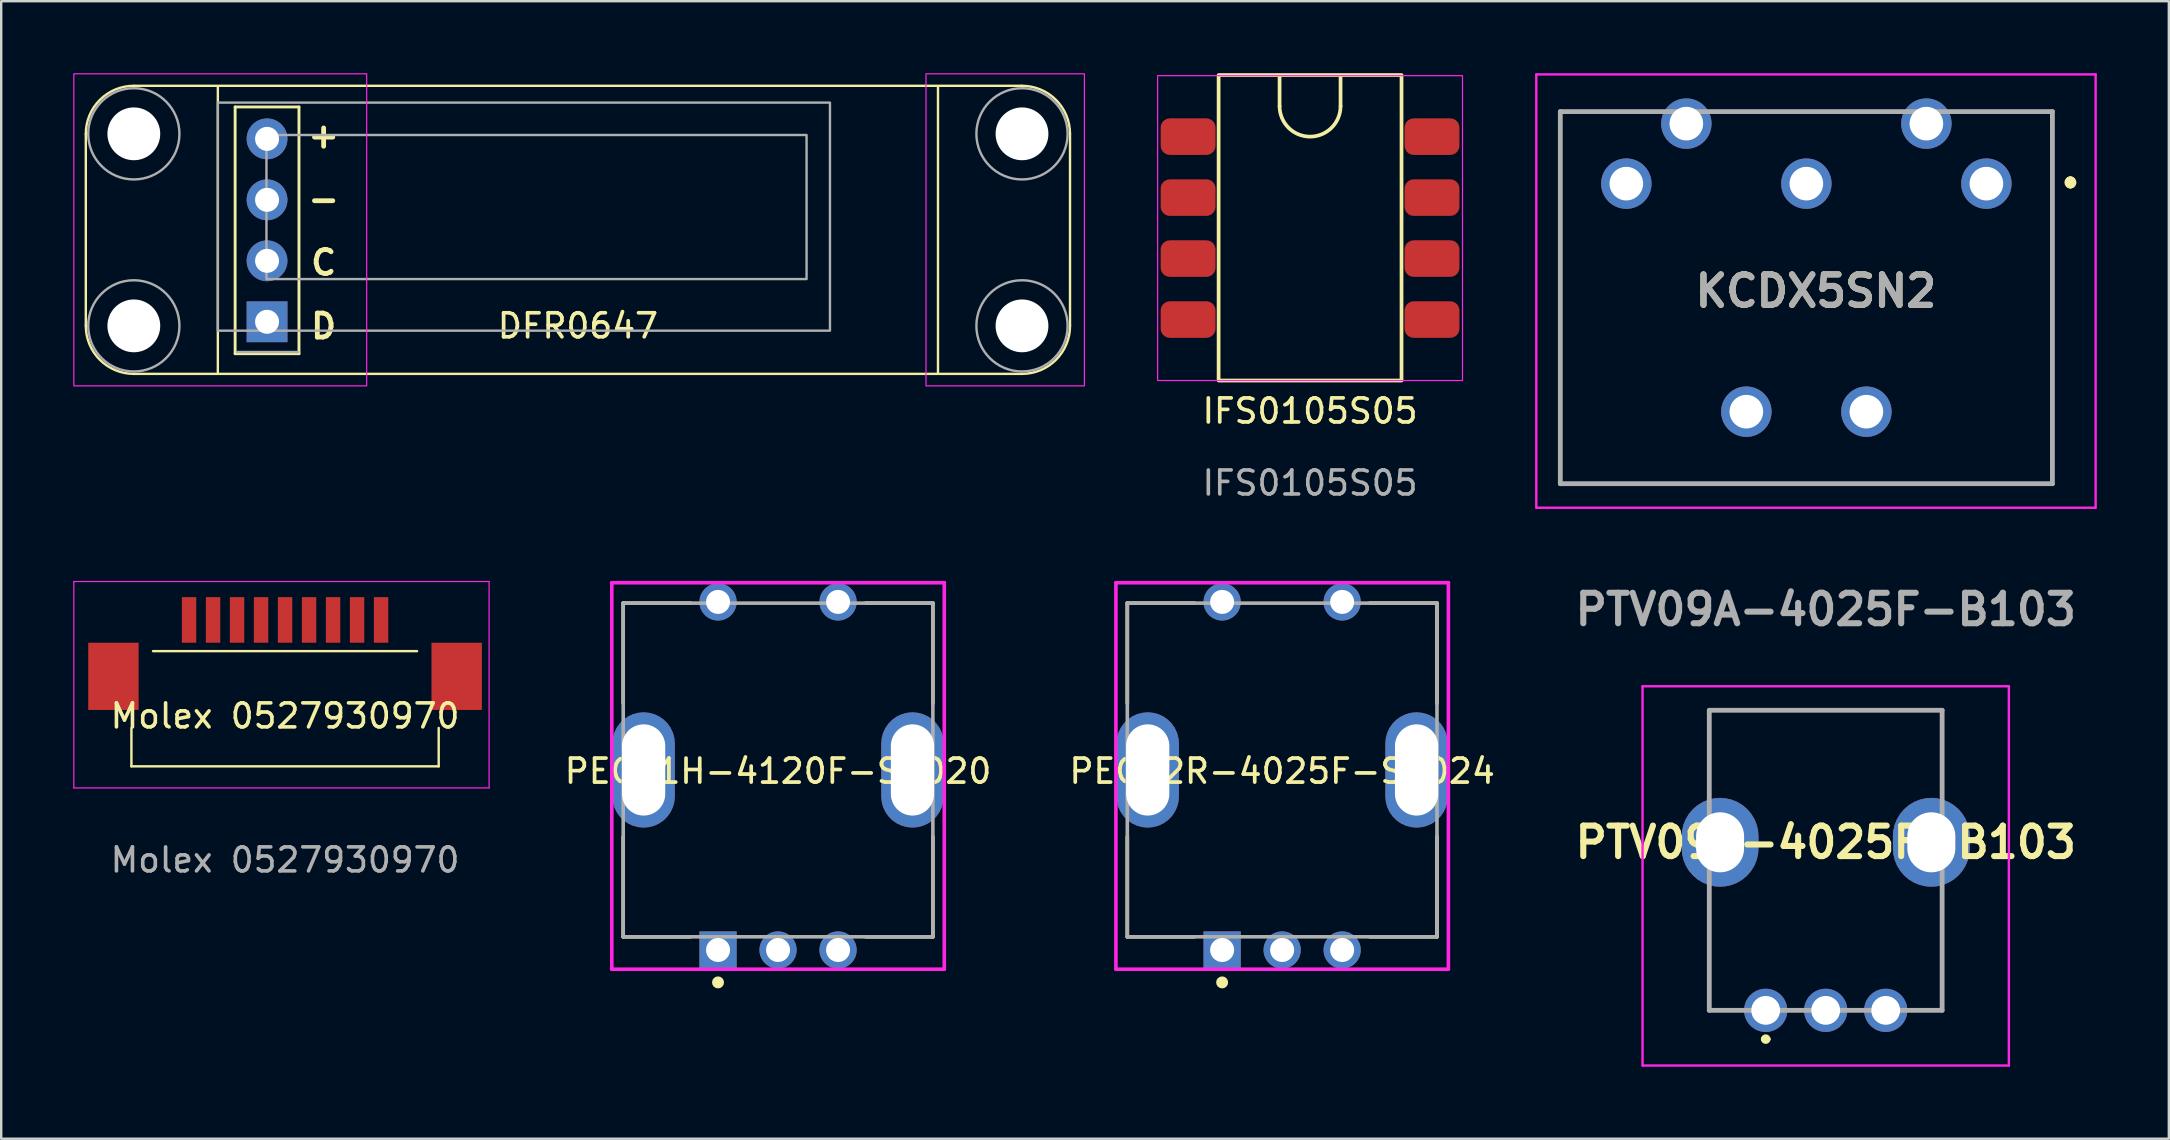
<source format=kicad_pcb>
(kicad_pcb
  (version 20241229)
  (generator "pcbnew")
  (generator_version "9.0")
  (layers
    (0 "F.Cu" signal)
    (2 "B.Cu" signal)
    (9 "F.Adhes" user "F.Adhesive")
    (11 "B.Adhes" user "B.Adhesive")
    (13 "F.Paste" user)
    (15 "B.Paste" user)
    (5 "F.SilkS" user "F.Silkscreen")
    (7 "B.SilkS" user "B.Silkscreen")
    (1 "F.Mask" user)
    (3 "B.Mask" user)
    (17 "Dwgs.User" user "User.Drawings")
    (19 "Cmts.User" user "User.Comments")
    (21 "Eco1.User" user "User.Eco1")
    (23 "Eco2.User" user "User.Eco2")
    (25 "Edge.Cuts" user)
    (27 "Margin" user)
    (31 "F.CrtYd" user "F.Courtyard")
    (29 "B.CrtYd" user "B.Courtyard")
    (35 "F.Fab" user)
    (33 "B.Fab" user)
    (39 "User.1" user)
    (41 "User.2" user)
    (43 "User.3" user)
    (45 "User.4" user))
  (footprint "DFR0647"
    (layer "F.Cu")
    (at 21.025 6.525)
    (property "Reference" "DFR0647" (at 0 4 0) (unlocked yes) (layer "F.SilkS") (effects (font (size 1 1) (thickness 0.154))))
    (attr through_hole)
    (fp_line (start -20.5 -4) (end -20.5 4) (stroke (width 0.1) (type solid)) (layer "F.SilkS"))
    (fp_line (start -18.5 6) (end 18.5 6) (stroke (width 0.1) (type solid)) (layer "F.SilkS"))
    (fp_line (start -15 5.95) (end -15 -5.95) (stroke (width 0.1) (type solid)) (layer "F.SilkS"))
    (fp_line (start -14.28 -5.12) (end -11.62 -5.12) (stroke (width 0.12) (type solid)) (layer "F.SilkS"))
    (fp_line (start -14.28 5.16) (end -14.28 -5.12) (stroke (width 0.12) (type solid)) (layer "F.SilkS"))
    (fp_line (start -14.28 5.16) (end -11.62 5.16) (stroke (width 0.12) (type solid)) (layer "F.SilkS"))
    (fp_line (start -11.62 5.16) (end -11.62 -5.12) (stroke (width 0.12) (type solid)) (layer "F.SilkS"))
    (fp_line (start 15 5.95) (end 15 -5.95) (stroke (width 0.1) (type solid)) (layer "F.SilkS"))
    (fp_line (start 18.5 -6) (end -18.5 -6) (stroke (width 0.1) (type solid)) (layer "F.SilkS"))
    (fp_line (start 20.5 4) (end 20.5 -4) (stroke (width 0.1) (type solid)) (layer "F.SilkS"))
    (fp_arc (start -20.5 -4.000001) (mid -19.914214 -5.414215) (end -18.5 -6.000001) (stroke (width 0.1) (type solid)) (layer "F.SilkS"))
    (fp_arc (start -18.5 5.999999) (mid -19.914214 5.414213) (end -20.5 3.999999) (stroke (width 0.1) (type solid)) (layer "F.SilkS"))
    (fp_arc (start 18.5 -6.000001) (mid 19.914214 -5.414215) (end 20.5 -4.000001) (stroke (width 0.1) (type solid)) (layer "F.SilkS"))
    (fp_arc (start 20.5 3.999999) (mid 19.914214 5.414213) (end 18.5 5.999999) (stroke (width 0.1) (type solid)) (layer "F.SilkS"))
    (fp_rect (start -21 -6.5) (end -8.8 6.5) (stroke (width 0.05) (type default)) (fill no) (layer "F.CrtYd"))
    (fp_rect (start 14.5 -6.5) (end 21.1 6.5) (stroke (width 0.05) (type default)) (fill no) (layer "F.CrtYd"))
    (fp_line (start -11.66 5.09) (end -14.2 5.09) (stroke (width 0.1) (type solid)) (layer "F.Fab"))
    (fp_rect (start -15 -5.3) (end 10.5 4.2) (stroke (width 0.1) (type default)) (fill no) (layer "F.Fab"))
    (fp_rect (start 9.525 2.05) (end -12.975 -3.95) (stroke (width 0.1) (type default)) (fill no) (layer "F.Fab"))
    (fp_circle (center -18.5 -4) (end -16.6 -4) (stroke (width 0.1) (type solid)) (fill no) (layer "F.Fab"))
    (fp_circle (center -18.5 4) (end -16.6 4) (stroke (width 0.1) (type solid)) (fill no) (layer "F.Fab"))
    (fp_circle (center 18.5 -4) (end 20.4 -4) (stroke (width 0.1) (type solid)) (fill no) (layer "F.Fab"))
    (fp_circle (center 18.5 4) (end 20.4 4) (stroke (width 0.1) (type solid)) (fill no) (layer "F.Fab"))
    (fp_text user "-" (at -11.344 -0.7 0) (unlocked yes) (layer "F.SilkS") (effects (font (size 1 1) (thickness 0.2) (bold yes)) (justify left bottom)))
    (fp_text user "C" (at -11.225 1.95 0) (unlocked yes) (layer "F.SilkS") (effects (font (size 1 1) (thickness 0.2) (bold yes)) (justify left bottom)))
    (fp_text user "+" (at -11.344 -3.35 0) (unlocked yes) (layer "F.SilkS") (effects (font (size 1 1) (thickness 0.2) (bold yes)) (justify left bottom)))
    (fp_text user "D" (at -11.225 4.6 0) (unlocked yes) (layer "F.SilkS") (effects (font (size 1 1) (thickness 0.2) (bold yes)) (justify left bottom)))
    (pad "" np_thru_hole circle (at -18.5 -4) (size 2.2 2.2) (drill 2.2) (layers "*.Cu" "*.Mask"))
    (pad "" np_thru_hole circle (at -18.5 4) (size 2.2 2.2) (drill 2.2) (layers "*.Cu" "*.Mask"))
    (pad "" np_thru_hole circle (at 18.5 -4) (size 2.2 2.2) (drill 2.2) (layers "*.Cu" "*.Mask"))
    (pad "" np_thru_hole circle (at 18.5 4) (size 2.2 2.2) (drill 2.2) (layers "*.Cu" "*.Mask"))
    (pad "1" thru_hole rect (at -12.95 3.83) (size 1.7 1.7) (drill 1) (layers "*.Cu" "*.Mask"))
    (pad "2" thru_hole oval (at -12.95 1.29) (size 1.7 1.7) (drill 1) (layers "*.Cu" "*.Mask"))
    (pad "3" thru_hole oval (at -12.95 -1.25) (size 1.7 1.7) (drill 1) (layers "*.Cu" "*.Mask"))
    (pad "4" thru_hole oval (at -12.95 -3.79) (size 1.7 1.7) (drill 1) (layers "*.Cu" "*.Mask")))
  (footprint "KCDX5SN2"
    (layer "F.Cu")
    (at 72.6 17.1)
    (property "Reference" "KCDX5SN2" (at 0 -8.025 0) (layer "F.SilkS") (effects (font (size 1.27 1.27) (thickness 0.254))))
    (attr through_hole)
    (fp_line (start -10.65 -15.5) (end -10.65 0) (stroke (width 0.1) (type solid)) (layer "F.SilkS"))
    (fp_line (start -10.65 0) (end 9.85 0) (stroke (width 0.1) (type solid)) (layer "F.SilkS"))
    (fp_line (start -6.9 -15.5) (end -10.65 -15.5) (stroke (width 0.1) (type solid)) (layer "F.SilkS"))
    (fp_line (start -3.9 -15.5) (end 3.1 -15.5) (stroke (width 0.1) (type solid)) (layer "F.SilkS"))
    (fp_line (start 9.85 -15.5) (end 6.1 -15.5) (stroke (width 0.1) (type solid)) (layer "F.SilkS"))
    (fp_line (start 9.85 0) (end 9.85 -15.5) (stroke (width 0.1) (type solid)) (layer "F.SilkS"))
    (fp_line (start 10.6 -12.6) (end 10.6 -12.6) (stroke (width 0.4) (type solid)) (layer "F.SilkS"))
    (fp_line (start 10.6 -12.5) (end 10.6 -12.5) (stroke (width 0.4) (type solid)) (layer "F.SilkS"))
    (fp_arc (start 10.6 -12.6) (mid 10.65 -12.55) (end 10.6 -12.5) (stroke (width 0.4) (type solid)) (layer "F.SilkS"))
    (fp_arc (start 10.6 -12.5) (mid 10.55 -12.55) (end 10.6 -12.6) (stroke (width 0.4) (type solid)) (layer "F.SilkS"))
    (fp_line (start -11.65 -17.05) (end -11.65 1) (stroke (width 0.1) (type solid)) (layer "F.CrtYd"))
    (fp_line (start -11.65 1) (end 11.65 1) (stroke (width 0.1) (type solid)) (layer "F.CrtYd"))
    (fp_line (start 11.65 -17.05) (end -11.65 -17.05) (stroke (width 0.1) (type solid)) (layer "F.CrtYd"))
    (fp_line (start 11.65 1) (end 11.65 -17.05) (stroke (width 0.1) (type solid)) (layer "F.CrtYd"))
    (fp_line (start -10.65 -15.5) (end -10.65 0) (stroke (width 0.2) (type solid)) (layer "F.Fab"))
    (fp_line (start -10.65 0) (end 9.85 0) (stroke (width 0.2) (type solid)) (layer "F.Fab"))
    (fp_line (start 9.85 -15.5) (end -10.65 -15.5) (stroke (width 0.2) (type solid)) (layer "F.Fab"))
    (fp_line (start 9.85 0) (end 9.85 -15.5) (stroke (width 0.2) (type solid)) (layer "F.Fab"))
    (fp_text user "${REFERENCE}" (at 0 -8.025 0) (layer "F.Fab") (effects (font (size 1.27 1.27) (thickness 0.254))))
    (pad "1" thru_hole circle (at 7.1 -12.5) (size 2.1 2.1) (drill 1.4) (layers "*.Cu" "*.Mask"))
    (pad "2" thru_hole circle (at -0.4 -12.5) (size 2.1 2.1) (drill 1.4) (layers "*.Cu" "*.Mask"))
    (pad "3" thru_hole circle (at -7.9 -12.5) (size 2.1 2.1) (drill 1.4) (layers "*.Cu" "*.Mask"))
    (pad "4" thru_hole circle (at 4.6 -15) (size 2.1 2.1) (drill 1.4) (layers "*.Cu" "*.Mask"))
    (pad "5" thru_hole circle (at -5.4 -15) (size 2.1 2.1) (drill 1.4) (layers "*.Cu" "*.Mask"))
    (pad "MH1" thru_hole circle (at -2.9 -3) (size 2.1 2.1) (drill 1.4) (layers "*.Cu" "*.Mask"))
    (pad "MH2" thru_hole circle (at 2.1 -3) (size 2.1 2.1) (drill 1.4) (layers "*.Cu" "*.Mask")))
  (footprint "PTV09A-4025F-B103"
    (layer "F.Cu")
    (at 73.006 32.039)
    (property "Reference" "PTV09A-4025F-B103" (at 0 0 0) (layer "F.SilkS") (effects (font (size 1.27 1.27) (thickness 0.254))))
    (attr through_hole)
    (fp_line (start -4.85 -5.5) (end 4.85 -5.5) (stroke (width 0.1) (type solid)) (layer "F.SilkS"))
    (fp_line (start -4.85 -2.5) (end -4.85 -5.5) (stroke (width 0.1) (type solid)) (layer "F.SilkS"))
    (fp_line (start -4.85 2.5) (end -4.85 7) (stroke (width 0.1) (type solid)) (layer "F.SilkS"))
    (fp_line (start -4.85 7) (end -4 7) (stroke (width 0.1) (type solid)) (layer "F.SilkS"))
    (fp_line (start -2.6 8.2) (end -2.6 8.2) (stroke (width 0.2) (type solid)) (layer "F.SilkS"))
    (fp_line (start -2.4 8.2) (end -2.4 8.2) (stroke (width 0.2) (type solid)) (layer "F.SilkS"))
    (fp_line (start 4 7) (end 4.85 7) (stroke (width 0.1) (type solid)) (layer "F.SilkS"))
    (fp_line (start 4.85 -5.5) (end 4.85 -2.5) (stroke (width 0.1) (type solid)) (layer "F.SilkS"))
    (fp_line (start 4.85 7) (end 4.85 2.5) (stroke (width 0.1) (type solid)) (layer "F.SilkS"))
    (fp_arc (start -2.6 8.2) (mid -2.5 8.1) (end -2.4 8.2) (stroke (width 0.2) (type solid)) (layer "F.SilkS"))
    (fp_arc (start -2.4 8.2) (mid -2.5 8.3) (end -2.6 8.2) (stroke (width 0.2) (type solid)) (layer "F.SilkS"))
    (fp_line (start -7.63 -6.5) (end 7.63 -6.5) (stroke (width 0.1) (type solid)) (layer "F.CrtYd"))
    (fp_line (start -7.63 9.3) (end -7.63 -6.5) (stroke (width 0.1) (type solid)) (layer "F.CrtYd"))
    (fp_line (start 7.63 -6.5) (end 7.63 9.3) (stroke (width 0.1) (type solid)) (layer "F.CrtYd"))
    (fp_line (start 7.63 9.3) (end -7.63 9.3) (stroke (width 0.1) (type solid)) (layer "F.CrtYd"))
    (fp_line (start -4.85 -5.5) (end 4.85 -5.5) (stroke (width 0.2) (type solid)) (layer "F.Fab"))
    (fp_line (start -4.85 7) (end -4.85 -5.5) (stroke (width 0.2) (type solid)) (layer "F.Fab"))
    (fp_line (start 4.85 -5.5) (end 4.85 7) (stroke (width 0.2) (type solid)) (layer "F.Fab"))
    (fp_line (start 4.85 7) (end -4.85 7) (stroke (width 0.2) (type solid)) (layer "F.Fab"))
    (fp_text user "${REFERENCE}" (at 0 -9.7 0) (layer "F.Fab") (effects (font (size 1.27 1.27) (thickness 0.254))))
    (pad "" thru_hole roundrect (at -4.4 0) (size 3.2 3.7) (drill oval 2 2.5) (layers "*.Cu" "*.Mask") (roundrect_rratio 0.5))
    (pad "" thru_hole roundrect (at 4.4 0) (size 3.2 3.7) (drill oval 2 2.5) (layers "*.Cu" "*.Mask") (roundrect_rratio 0.5))
    (pad "1" thru_hole circle (at -2.5 7) (size 1.8 1.8) (drill 1.2) (layers "*.Cu" "*.Mask"))
    (pad "2" thru_hole circle (at 0 7) (size 1.8 1.8) (drill 1.2) (layers "*.Cu" "*.Mask"))
    (pad "3" thru_hole circle (at 2.5 7) (size 1.8 1.8) (drill 1.2) (layers "*.Cu" "*.Mask")))
  (footprint "IFS0105S05"
    (layer "F.Cu")
    (at 51.525 12.802)
    (property "Reference" "IFS0105S05" (at 0 1.27 0) (unlocked yes) (layer "F.SilkS") (effects (font (size 1 1) (thickness 0.154))))
    (attr smd)
    (fp_line (start -1.27 -12.7) (end -1.27 -11.43) (stroke (width 0.154) (type default)) (layer "F.SilkS"))
    (fp_line (start 1.27 -11.43) (end 1.27 -12.7) (stroke (width 0.154) (type default)) (layer "F.SilkS"))
    (fp_rect (start -3.81 -12.725) (end 3.81 0) (stroke (width 0.154) (type default)) (fill no) (layer "F.SilkS"))
    (fp_arc (start 1.27 -11.43) (mid 0 -10.16) (end -1.27 -11.43) (stroke (width 0.154) (type default)) (layer "F.SilkS"))
    (fp_rect (start -6.35 -12.7) (end 6.35 0) (stroke (width 0.05) (type default)) (fill no) (layer "F.CrtYd"))
    (fp_text user "${REFERENCE}" (at 0 4.27 0) (unlocked yes) (layer "F.Fab") (effects (font (size 1 1) (thickness 0.15))))
    (pad "1" smd roundrect (at -5.08 -10.16) (size 2.286 1.524) (layers "F.Cu" "F.Mask" "F.Paste") (roundrect_rratio 0.25))
    (pad "2" smd roundrect (at -5.08 -7.62) (size 2.286 1.524) (layers "F.Cu" "F.Mask" "F.Paste") (roundrect_rratio 0.25))
    (pad "3" smd roundrect (at -5.08 -5.08) (size 2.286 1.524) (layers "F.Cu" "F.Mask" "F.Paste") (roundrect_rratio 0.25))
    (pad "4" smd roundrect (at -5.08 -2.54) (size 2.286 1.524) (layers "F.Cu" "F.Mask" "F.Paste") (roundrect_rratio 0.25))
    (pad "5" smd roundrect (at 5.08 -2.54) (size 2.286 1.524) (layers "F.Cu" "F.Mask" "F.Paste") (roundrect_rratio 0.25))
    (pad "6" smd roundrect (at 5.08 -5.08) (size 2.286 1.524) (layers "F.Cu" "F.Mask" "F.Paste") (roundrect_rratio 0.25))
    (pad "7" smd roundrect (at 5.08 -7.62) (size 2.286 1.524) (layers "F.Cu" "F.Mask" "F.Paste") (roundrect_rratio 0.25))
    (pad "8" smd roundrect (at 5.08 -10.16) (size 2.286 1.524) (layers "F.Cu" "F.Mask" "F.Paste") (roundrect_rratio 0.25)))
  (footprint "PEC11H-4120F-S0020"
    (layer "F.Cu")
    (at 29.362 29.025)
    (property "Reference" "PEC11H-4120F-S0020" (at 0 0.05 0) (layer "F.SilkS") (effects (font (size 1 1) (thickness 0.154))))
    (attr through_hole)
    (fp_line (start -6.45 -6.95) (end -3.65 -6.95) (stroke (width 0.15) (type solid)) (layer "F.SilkS"))
    (fp_line (start -6.45 -2.775) (end -6.45 -6.95) (stroke (width 0.15) (type solid)) (layer "F.SilkS"))
    (fp_line (start -6.45 6.95) (end -6.45 2.775) (stroke (width 0.15) (type solid)) (layer "F.SilkS"))
    (fp_line (start -6.45 6.95) (end -3.65 6.95) (stroke (width 0.15) (type solid)) (layer "F.SilkS"))
    (fp_line (start 3.65 -6.95) (end 6.45 -6.95) (stroke (width 0.15) (type solid)) (layer "F.SilkS"))
    (fp_line (start 3.65 6.95) (end 6.45 6.95) (stroke (width 0.15) (type solid)) (layer "F.SilkS"))
    (fp_line (start 6.45 -2.775) (end 6.45 -6.95) (stroke (width 0.15) (type solid)) (layer "F.SilkS"))
    (fp_line (start 6.45 6.95) (end 6.45 2.775) (stroke (width 0.15) (type solid)) (layer "F.SilkS"))
    (fp_circle (center -2.5 8.85) (end -2.375 8.85) (stroke (width 0.25) (type solid)) (fill no) (layer "F.SilkS"))
    (fp_line (start -6.925 -7.8) (end -6.925 8.3) (stroke (width 0.15) (type solid)) (layer "F.CrtYd"))
    (fp_line (start -6.925 8.3) (end 6.925 8.3) (stroke (width 0.15) (type solid)) (layer "F.CrtYd"))
    (fp_line (start 6.925 -7.8) (end -6.925 -7.8) (stroke (width 0.15) (type solid)) (layer "F.CrtYd"))
    (fp_line (start 6.925 -7.8) (end 6.925 -7.8) (stroke (width 0.15) (type solid)) (layer "F.CrtYd"))
    (fp_line (start 6.925 8.3) (end 6.925 -7.8) (stroke (width 0.15) (type solid)) (layer "F.CrtYd"))
    (fp_line (start -6.45 -6.95) (end 6.45 -6.95) (stroke (width 0.15) (type solid)) (layer "F.Fab"))
    (fp_line (start -6.45 6.95) (end -6.45 -6.95) (stroke (width 0.15) (type solid)) (layer "F.Fab"))
    (fp_line (start 6.45 -6.95) (end 6.45 6.95) (stroke (width 0.15) (type solid)) (layer "F.Fab"))
    (fp_line (start 6.45 6.95) (end -6.45 6.95) (stroke (width 0.15) (type solid)) (layer "F.Fab"))
    (pad "" thru_hole roundrect (at -5.6 0) (size 2.6 4.8) (drill oval 1.8 3.8) (layers "*.Cu" "*.Mask") (roundrect_rratio 0.5))
    (pad "" thru_hole roundrect (at 5.6 0) (size 2.6 4.8) (drill oval 1.8 3.8) (layers "*.Cu" "*.Mask") (roundrect_rratio 0.5))
    (pad "A" thru_hole rect (at -2.5 7.5) (size 1.55 1.55) (drill 1) (layers "*.Cu" "*.Mask"))
    (pad "B" thru_hole circle (at 2.5 7.5) (size 1.55 1.55) (drill 1) (layers "*.Cu" "*.Mask"))
    (pad "C" thru_hole circle (at 0 7.5) (size 1.55 1.55) (drill 1) (layers "*.Cu" "*.Mask"))
    (pad "S1" thru_hole circle (at -2.5 -7) (size 1.55 1.55) (drill 1) (layers "*.Cu" "*.Mask"))
    (pad "S2" thru_hole circle (at 2.5 -7) (size 1.55 1.55) (drill 1) (layers "*.Cu" "*.Mask")))
  (footprint "PEC12R-4025F-S0024"
    (layer "F.Cu")
    (at 50.362 29.025)
    (property "Reference" "PEC12R-4025F-S0024" (at 0 0.05 0) (layer "F.SilkS") (effects (font (size 1 1) (thickness 0.154))))
    (attr through_hole)
    (fp_line (start -6.45 -6.95) (end -3.65 -6.95) (stroke (width 0.15) (type solid)) (layer "F.SilkS"))
    (fp_line (start -6.45 -2.775) (end -6.45 -6.95) (stroke (width 0.15) (type solid)) (layer "F.SilkS"))
    (fp_line (start -6.45 6.95) (end -6.45 2.775) (stroke (width 0.15) (type solid)) (layer "F.SilkS"))
    (fp_line (start -6.45 6.95) (end -3.65 6.95) (stroke (width 0.15) (type solid)) (layer "F.SilkS"))
    (fp_line (start 3.65 -6.95) (end 6.45 -6.95) (stroke (width 0.15) (type solid)) (layer "F.SilkS"))
    (fp_line (start 3.65 6.95) (end 6.45 6.95) (stroke (width 0.15) (type solid)) (layer "F.SilkS"))
    (fp_line (start 6.45 -2.775) (end 6.45 -6.95) (stroke (width 0.15) (type solid)) (layer "F.SilkS"))
    (fp_line (start 6.45 6.95) (end 6.45 2.775) (stroke (width 0.15) (type solid)) (layer "F.SilkS"))
    (fp_circle (center -2.5 8.85) (end -2.375 8.85) (stroke (width 0.25) (type solid)) (fill no) (layer "F.SilkS"))
    (fp_line (start -6.925 -7.8) (end -6.925 8.3) (stroke (width 0.15) (type solid)) (layer "F.CrtYd"))
    (fp_line (start -6.925 8.3) (end 6.925 8.3) (stroke (width 0.15) (type solid)) (layer "F.CrtYd"))
    (fp_line (start 6.925 -7.8) (end -6.925 -7.8) (stroke (width 0.15) (type solid)) (layer "F.CrtYd"))
    (fp_line (start 6.925 -7.8) (end 6.925 -7.8) (stroke (width 0.15) (type solid)) (layer "F.CrtYd"))
    (fp_line (start 6.925 8.3) (end 6.925 -7.8) (stroke (width 0.15) (type solid)) (layer "F.CrtYd"))
    (fp_line (start -6.45 -6.95) (end 6.45 -6.95) (stroke (width 0.15) (type solid)) (layer "F.Fab"))
    (fp_line (start -6.45 6.95) (end -6.45 -6.95) (stroke (width 0.15) (type solid)) (layer "F.Fab"))
    (fp_line (start 6.45 -6.95) (end 6.45 6.95) (stroke (width 0.15) (type solid)) (layer "F.Fab"))
    (fp_line (start 6.45 6.95) (end -6.45 6.95) (stroke (width 0.15) (type solid)) (layer "F.Fab"))
    (pad "" thru_hole roundrect (at -5.6 0) (size 2.6 4.8) (drill oval 1.8 3.8) (layers "*.Cu" "*.Mask") (roundrect_rratio 0.5))
    (pad "" thru_hole roundrect (at 5.6 0) (size 2.6 4.8) (drill oval 1.8 3.8) (layers "*.Cu" "*.Mask") (roundrect_rratio 0.5))
    (pad "A" thru_hole rect (at -2.5 7.5) (size 1.55 1.55) (drill 1) (layers "*.Cu" "*.Mask"))
    (pad "B" thru_hole circle (at 2.5 7.5) (size 1.55 1.55) (drill 1) (layers "*.Cu" "*.Mask"))
    (pad "C" thru_hole circle (at 0 7.5) (size 1.55 1.55) (drill 1) (layers "*.Cu" "*.Mask"))
    (pad "S1" thru_hole circle (at -2.5 -7) (size 1.55 1.55) (drill 1) (layers "*.Cu" "*.Mask"))
    (pad "S2" thru_hole circle (at 2.5 -7) (size 1.55 1.55) (drill 1) (layers "*.Cu" "*.Mask")))
  (footprint "Molex 0527930970"
    (layer "F.Cu")
    (at 8.825 24.075)
    (property "Reference" "Molex 0527930970" (at 0 2.7 0) (layer "F.SilkS") (effects (font (size 1 1) (thickness 0.15))))
    (attr smd)
    (fp_line (start -6.4 3.2) (end -6.4 4.8) (stroke (width 0.1) (type default)) (layer "F.SilkS"))
    (fp_line (start -6.4 4.8) (end 6.4 4.8) (stroke (width 0.1) (type default)) (layer "F.SilkS"))
    (fp_line (start 5.5 0) (end -5.5 0) (stroke (width 0.1) (type default)) (layer "F.SilkS"))
    (fp_line (start 6.4 4.8) (end 6.4 3.2) (stroke (width 0.1) (type default)) (layer "F.SilkS"))
    (fp_line (start -8.8 -2.9) (end -8.8 5.7) (stroke (width 0.05) (type solid)) (layer "F.CrtYd"))
    (fp_line (start -8.8 5.7) (end 8.5 5.7) (stroke (width 0.05) (type solid)) (layer "F.CrtYd"))
    (fp_line (start 8.5 -2.9) (end -8.8 -2.9) (stroke (width 0.05) (type solid)) (layer "F.CrtYd"))
    (fp_line (start 8.5 5.7) (end 8.5 -2.9) (stroke (width 0.05) (type solid)) (layer "F.CrtYd"))
    (fp_text user "${REFERENCE}" (at 0 8.7 0) (layer "F.Fab") (effects (font (size 1 1) (thickness 0.15))))
    (pad "" smd rect (at -7.15 1.05) (size 2.1 2.8) (layers "F.Cu" "F.Mask" "F.Paste"))
    (pad "" smd rect (at 7.15 1.05 180) (size 2.1 2.8) (layers "F.Cu" "F.Mask" "F.Paste"))
    (pad "1" smd rect (at -4 -1.3) (size 0.6 1.9) (layers "F.Cu" "F.Mask" "F.Paste"))
    (pad "2" smd rect (at -3 -1.3) (size 0.6 1.9) (layers "F.Cu" "F.Mask" "F.Paste"))
    (pad "3" smd rect (at -2 -1.3) (size 0.6 1.9) (layers "F.Cu" "F.Mask" "F.Paste"))
    (pad "4" smd rect (at -1 -1.3) (size 0.6 1.9) (layers "F.Cu" "F.Mask" "F.Paste"))
    (pad "5" smd rect (at 0 -1.3) (size 0.6 1.9) (layers "F.Cu" "F.Mask" "F.Paste"))
    (pad "6" smd rect (at 1 -1.3) (size 0.6 1.9) (layers "F.Cu" "F.Mask" "F.Paste"))
    (pad "7" smd rect (at 2 -1.3) (size 0.6 1.9) (layers "F.Cu" "F.Mask" "F.Paste"))
    (pad "8" smd rect (at 3 -1.3) (size 0.6 1.9) (layers "F.Cu" "F.Mask" "F.Paste"))
    (pad "9" smd rect (at 4 -1.3) (size 0.6 1.9) (layers "F.Cu" "F.Mask" "F.Paste")))
  (gr_rect
    (start -3 -3)
    (end 87.3 44.389)
    (stroke (width 0.1) (type default))
    (fill no)
    (layer "Edge.Cuts")))
</source>
